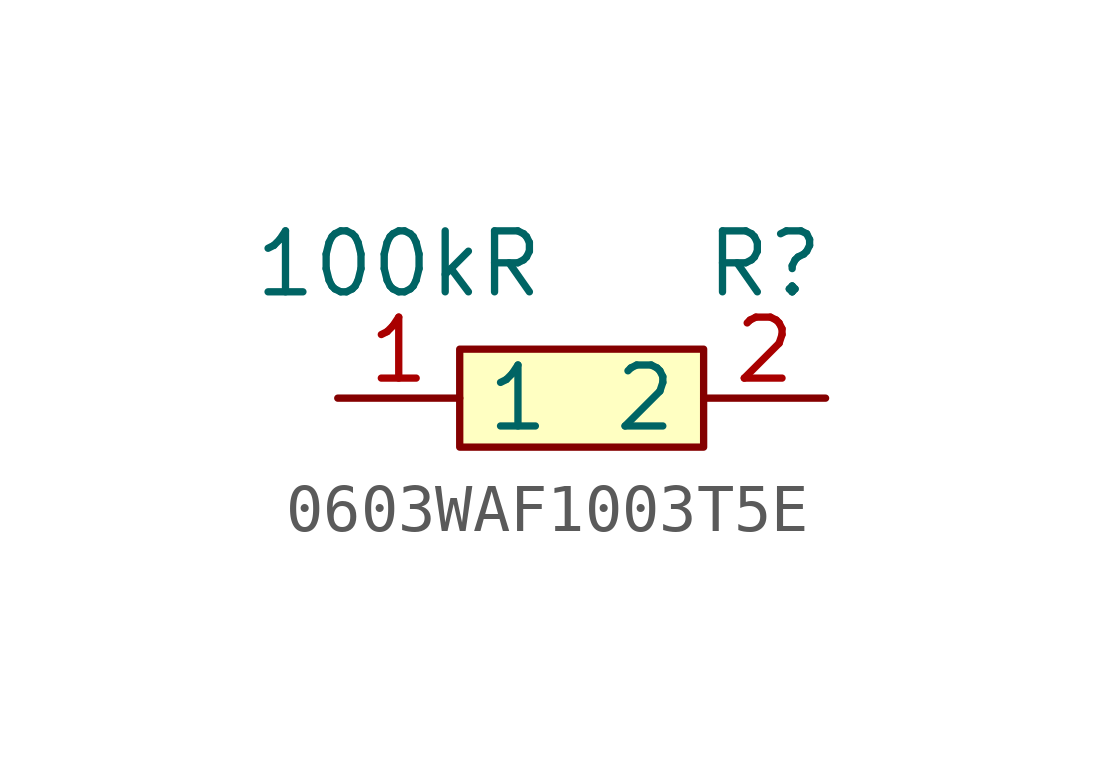
<source format=kicad_sym>
(kicad_symbol_lib
  (version 20231120)
  (generator "kicad_symbol_editor")
  (generator_version "8.0")
  (symbol "0603WAF1003T5E"
    (property "Reference" "R"
      (at 3.81 2.794 0)
      (effects (font (size 1.27 1.27))))
    (property "Value" "100kR"
      (at -3.81 2.794 0)
      (effects (font (size 1.27 1.27))))
    (symbol "0603WAF1003T5E_0_1"
      (rectangle (start -2.54 1.02) (end 2.54 -1.02) (stroke (width 0) (type default)) (fill (type background)))
      (pin passive line (at -5.08 0 0) (length 2.54) (name "1" (effects (font (size 1.27 1.27)))) (number "1" (effects (font (size 1.27 1.27)))))
      (pin passive line (at 5.08 0 180) (length 2.54) (name "2" (effects (font (size 1.27 1.27)))) (number "2" (effects (font (size 1.27 1.27))))))))
</source>
